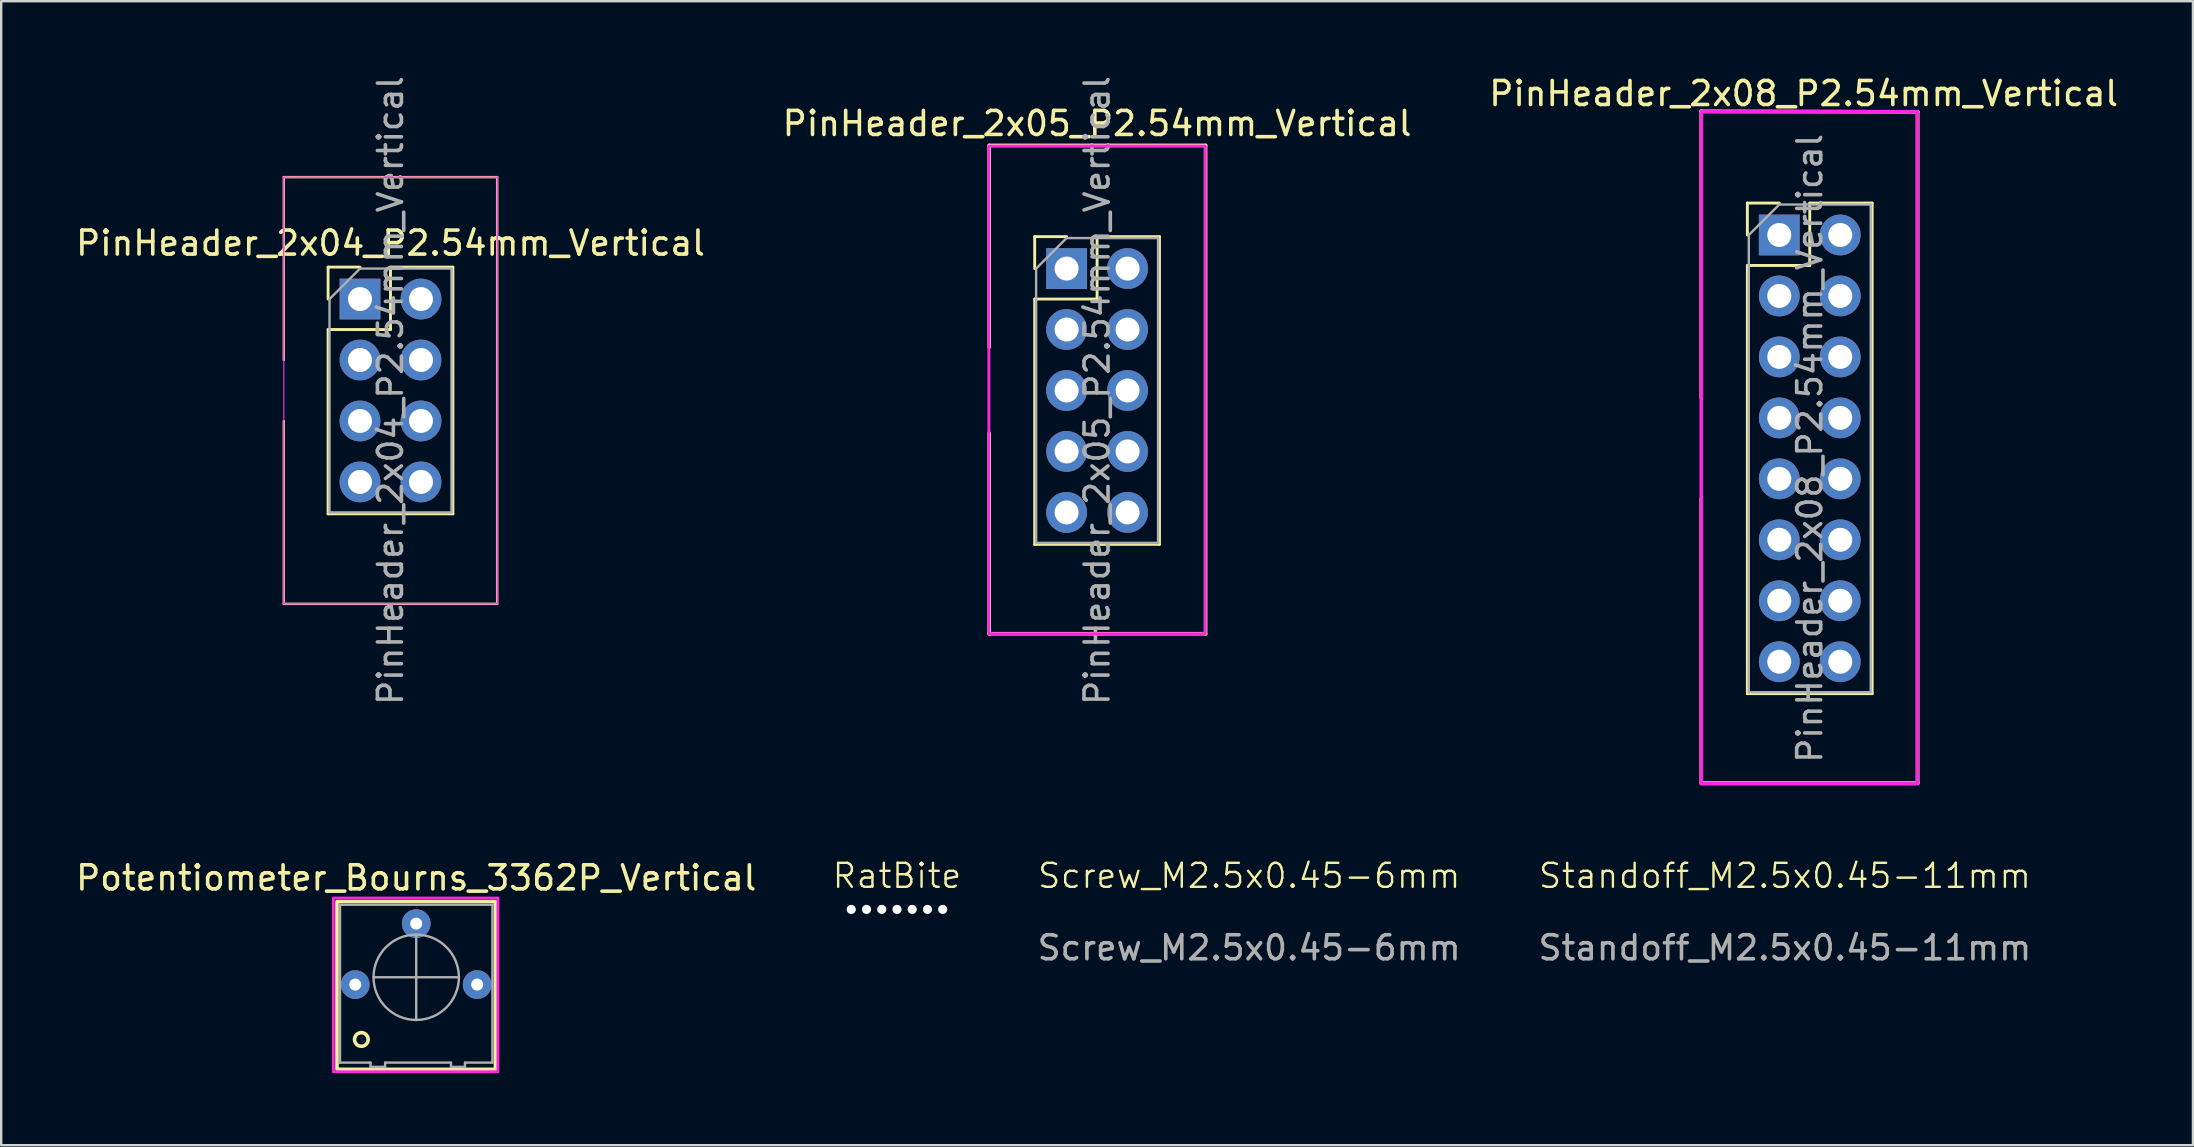
<source format=kicad_pcb>
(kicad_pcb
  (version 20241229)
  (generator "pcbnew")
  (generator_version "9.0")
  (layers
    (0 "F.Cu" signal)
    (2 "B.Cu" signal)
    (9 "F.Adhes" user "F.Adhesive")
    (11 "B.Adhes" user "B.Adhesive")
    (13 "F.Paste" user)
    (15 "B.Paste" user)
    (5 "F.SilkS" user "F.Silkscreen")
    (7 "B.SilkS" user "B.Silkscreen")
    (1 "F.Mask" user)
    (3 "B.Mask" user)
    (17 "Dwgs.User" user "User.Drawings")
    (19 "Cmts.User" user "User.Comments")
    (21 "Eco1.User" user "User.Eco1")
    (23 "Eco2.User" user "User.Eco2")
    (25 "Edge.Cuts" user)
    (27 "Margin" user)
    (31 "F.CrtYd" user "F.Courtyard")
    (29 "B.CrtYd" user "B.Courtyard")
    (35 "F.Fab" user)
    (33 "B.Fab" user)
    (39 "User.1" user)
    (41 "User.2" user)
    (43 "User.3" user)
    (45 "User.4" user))
  (footprint "PinHeader_2x08_P2.54mm_Vertical"
    (layer "F.Cu")
    (at 71.085 6.741)
    (property "Reference" "PinHeader_2x08_P2.54mm_Vertical" (at 1.016 -5.893 0) (layer "F.SilkS") (effects (font (size 1 1) (thickness 0.15))))
    (attr through_hole)
    (fp_line (start -3.251 -5.156) (end 5.766 -5.131) (stroke (width 0.15) (type solid)) (layer "F.SilkS"))
    (fp_line (start -3.251 6.782) (end -3.251 -5.156) (stroke (width 0.15) (type solid)) (layer "F.SilkS"))
    (fp_line (start -3.251 22.835) (end -3.251 10.973) (stroke (width 0.15) (type solid)) (layer "F.SilkS"))
    (fp_line (start -1.33 -1.33) (end 0 -1.33) (stroke (width 0.12) (type solid)) (layer "F.SilkS"))
    (fp_line (start -1.33 0) (end -1.33 -1.33) (stroke (width 0.12) (type solid)) (layer "F.SilkS"))
    (fp_line (start -1.33 1.27) (end -1.33 19.11) (stroke (width 0.12) (type solid)) (layer "F.SilkS"))
    (fp_line (start -1.33 1.27) (end 1.27 1.27) (stroke (width 0.12) (type solid)) (layer "F.SilkS"))
    (fp_line (start -1.33 19.11) (end 3.87 19.11) (stroke (width 0.12) (type solid)) (layer "F.SilkS"))
    (fp_line (start 1.27 -1.33) (end 3.87 -1.33) (stroke (width 0.12) (type solid)) (layer "F.SilkS"))
    (fp_line (start 1.27 1.27) (end 1.27 -1.33) (stroke (width 0.12) (type solid)) (layer "F.SilkS"))
    (fp_line (start 3.87 -1.33) (end 3.87 19.11) (stroke (width 0.12) (type solid)) (layer "F.SilkS"))
    (fp_line (start 5.766 -5.131) (end 5.766 22.835) (stroke (width 0.15) (type solid)) (layer "F.SilkS"))
    (fp_line (start 5.766 22.835) (end -3.251 22.835) (stroke (width 0.15) (type solid)) (layer "F.SilkS"))
    (fp_rect (start -3.251 -5.135) (end 5.749 22.865) (stroke (width 0.15) (type solid)) (fill no) (layer "F.CrtYd"))
    (fp_line (start -1.27 0) (end 0 -1.27) (stroke (width 0.1) (type solid)) (layer "F.Fab"))
    (fp_line (start -1.27 19.05) (end -1.27 0) (stroke (width 0.1) (type solid)) (layer "F.Fab"))
    (fp_line (start 0 -1.27) (end 3.81 -1.27) (stroke (width 0.1) (type solid)) (layer "F.Fab"))
    (fp_line (start 3.81 -1.27) (end 3.81 19.05) (stroke (width 0.1) (type solid)) (layer "F.Fab"))
    (fp_line (start 3.81 19.05) (end -1.27 19.05) (stroke (width 0.1) (type solid)) (layer "F.Fab"))
    (fp_text user "${REFERENCE}" (at 1.27 8.89 90) (layer "F.Fab") (effects (font (size 1 1) (thickness 0.15))))
    (pad "1" thru_hole rect (at 0 0) (size 1.7 1.7) (drill 1) (layers "*.Cu" "*.Mask"))
    (pad "2" thru_hole oval (at 2.54 0) (size 1.7 1.7) (drill 1) (layers "*.Cu" "*.Mask"))
    (pad "3" thru_hole oval (at 0 2.54) (size 1.7 1.7) (drill 1) (layers "*.Cu" "*.Mask"))
    (pad "4" thru_hole oval (at 2.54 2.54) (size 1.7 1.7) (drill 1) (layers "*.Cu" "*.Mask"))
    (pad "5" thru_hole oval (at 0 5.08) (size 1.7 1.7) (drill 1) (layers "*.Cu" "*.Mask"))
    (pad "6" thru_hole oval (at 2.54 5.08) (size 1.7 1.7) (drill 1) (layers "*.Cu" "*.Mask"))
    (pad "7" thru_hole oval (at 0 7.62) (size 1.7 1.7) (drill 1) (layers "*.Cu" "*.Mask"))
    (pad "8" thru_hole oval (at 2.54 7.62) (size 1.7 1.7) (drill 1) (layers "*.Cu" "*.Mask"))
    (pad "9" thru_hole oval (at 0 10.16) (size 1.7 1.7) (drill 1) (layers "*.Cu" "*.Mask"))
    (pad "10" thru_hole oval (at 2.54 10.16) (size 1.7 1.7) (drill 1) (layers "*.Cu" "*.Mask"))
    (pad "11" thru_hole oval (at 0 12.7) (size 1.7 1.7) (drill 1) (layers "*.Cu" "*.Mask"))
    (pad "12" thru_hole oval (at 2.54 12.7) (size 1.7 1.7) (drill 1) (layers "*.Cu" "*.Mask"))
    (pad "13" thru_hole oval (at 0 15.24) (size 1.7 1.7) (drill 1) (layers "*.Cu" "*.Mask"))
    (pad "14" thru_hole oval (at 2.54 15.24) (size 1.7 1.7) (drill 1) (layers "*.Cu" "*.Mask"))
    (pad "15" thru_hole oval (at 0 17.78) (size 1.7 1.7) (drill 1) (layers "*.Cu" "*.Mask"))
    (pad "16" thru_hole oval (at 2.54 17.78) (size 1.7 1.7) (drill 1) (layers "*.Cu" "*.Mask")))
  (footprint "PinHeader_2x05_P2.54mm_Vertical"
    (layer "F.Cu")
    (at 41.391 8.14)
    (property "Reference" "PinHeader_2x05_P2.54mm_Vertical" (at 1.27 -6.045 0) (layer "F.SilkS") (effects (font (size 1 1) (thickness 0.15))))
    (attr through_hole)
    (fp_line (start -3.226 -5.131) (end 5.791 -5.131) (stroke (width 0.15) (type solid)) (layer "F.SilkS"))
    (fp_line (start -3.226 3.277) (end -3.226 -5.131) (stroke (width 0.15) (type solid)) (layer "F.SilkS"))
    (fp_line (start -3.226 15.215) (end -3.226 6.858) (stroke (width 0.15) (type solid)) (layer "F.SilkS"))
    (fp_line (start -1.33 -1.33) (end 0 -1.33) (stroke (width 0.12) (type solid)) (layer "F.SilkS"))
    (fp_line (start -1.33 0) (end -1.33 -1.33) (stroke (width 0.12) (type solid)) (layer "F.SilkS"))
    (fp_line (start -1.33 1.27) (end -1.33 11.49) (stroke (width 0.12) (type solid)) (layer "F.SilkS"))
    (fp_line (start -1.33 1.27) (end 1.27 1.27) (stroke (width 0.12) (type solid)) (layer "F.SilkS"))
    (fp_line (start -1.33 11.49) (end 3.87 11.49) (stroke (width 0.12) (type solid)) (layer "F.SilkS"))
    (fp_line (start 1.27 -1.33) (end 3.87 -1.33) (stroke (width 0.12) (type solid)) (layer "F.SilkS"))
    (fp_line (start 1.27 1.27) (end 1.27 -1.33) (stroke (width 0.12) (type solid)) (layer "F.SilkS"))
    (fp_line (start 3.87 -1.33) (end 3.87 11.49) (stroke (width 0.12) (type solid)) (layer "F.SilkS"))
    (fp_line (start 5.791 -5.131) (end 5.791 15.215) (stroke (width 0.15) (type solid)) (layer "F.SilkS"))
    (fp_line (start 5.791 15.215) (end -3.226 15.215) (stroke (width 0.15) (type solid)) (layer "F.SilkS"))
    (fp_rect (start -3.239 -5.105) (end 5.779 15.215) (stroke (width 0.12) (type solid)) (fill no) (layer "F.CrtYd"))
    (fp_line (start -1.27 0) (end 0 -1.27) (stroke (width 0.1) (type solid)) (layer "F.Fab"))
    (fp_line (start -1.27 11.43) (end -1.27 0) (stroke (width 0.1) (type solid)) (layer "F.Fab"))
    (fp_line (start 0 -1.27) (end 3.81 -1.27) (stroke (width 0.1) (type solid)) (layer "F.Fab"))
    (fp_line (start 3.81 -1.27) (end 3.81 11.43) (stroke (width 0.1) (type solid)) (layer "F.Fab"))
    (fp_line (start 3.81 11.43) (end -1.27 11.43) (stroke (width 0.1) (type solid)) (layer "F.Fab"))
    (fp_text user "${REFERENCE}" (at 1.27 5.08 90) (layer "F.Fab") (effects (font (size 1 1) (thickness 0.15))))
    (pad "1" thru_hole rect (at 0 0) (size 1.7 1.7) (drill 1) (layers "*.Cu" "*.Mask"))
    (pad "2" thru_hole oval (at 2.54 0) (size 1.7 1.7) (drill 1) (layers "*.Cu" "*.Mask"))
    (pad "3" thru_hole oval (at 0 2.54) (size 1.7 1.7) (drill 1) (layers "*.Cu" "*.Mask"))
    (pad "4" thru_hole oval (at 2.54 2.54) (size 1.7 1.7) (drill 1) (layers "*.Cu" "*.Mask"))
    (pad "5" thru_hole oval (at 0 5.08) (size 1.7 1.7) (drill 1) (layers "*.Cu" "*.Mask"))
    (pad "6" thru_hole oval (at 2.54 5.08) (size 1.7 1.7) (drill 1) (layers "*.Cu" "*.Mask"))
    (pad "7" thru_hole oval (at 0 7.62) (size 1.7 1.7) (drill 1) (layers "*.Cu" "*.Mask"))
    (pad "8" thru_hole oval (at 2.54 7.62) (size 1.7 1.7) (drill 1) (layers "*.Cu" "*.Mask"))
    (pad "9" thru_hole oval (at 0 10.16) (size 1.7 1.7) (drill 1) (layers "*.Cu" "*.Mask"))
    (pad "10" thru_hole oval (at 2.54 10.16) (size 1.7 1.7) (drill 1) (layers "*.Cu" "*.Mask")))
  (footprint "PinHeader_2x04_P2.54mm_Vertical"
    (layer "F.Cu")
    (at 11.95 9.41)
    (property "Reference" "PinHeader_2x04_P2.54mm_Vertical" (at 1.27 -2.33 0) (layer "F.SilkS") (effects (font (size 1 1) (thickness 0.15))))
    (attr through_hole)
    (fp_line (start -3.175 -5.08) (end -3.175 2.54) (stroke (width 0.1) (type default)) (layer "F.SilkS"))
    (fp_line (start -3.175 12.7) (end -3.175 5.08) (stroke (width 0.1) (type default)) (layer "F.SilkS"))
    (fp_line (start -1.33 -1.33) (end 0 -1.33) (stroke (width 0.12) (type solid)) (layer "F.SilkS"))
    (fp_line (start -1.33 0) (end -1.33 -1.33) (stroke (width 0.12) (type solid)) (layer "F.SilkS"))
    (fp_line (start -1.33 1.27) (end -1.33 8.95) (stroke (width 0.12) (type solid)) (layer "F.SilkS"))
    (fp_line (start -1.33 1.27) (end 1.27 1.27) (stroke (width 0.12) (type solid)) (layer "F.SilkS"))
    (fp_line (start -1.33 8.95) (end 3.87 8.95) (stroke (width 0.12) (type solid)) (layer "F.SilkS"))
    (fp_line (start 1.27 -1.33) (end 3.87 -1.33) (stroke (width 0.12) (type solid)) (layer "F.SilkS"))
    (fp_line (start 1.27 1.27) (end 1.27 -1.33) (stroke (width 0.12) (type solid)) (layer "F.SilkS"))
    (fp_line (start 3.87 -1.33) (end 3.87 8.95) (stroke (width 0.12) (type solid)) (layer "F.SilkS"))
    (fp_line (start 5.715 -5.08) (end -3.175 -5.08) (stroke (width 0.1) (type default)) (layer "F.SilkS"))
    (fp_line (start 5.715 -5.08) (end 5.715 12.7) (stroke (width 0.1) (type default)) (layer "F.SilkS"))
    (fp_line (start 5.715 12.7) (end -3.175 12.7) (stroke (width 0.1) (type default)) (layer "F.SilkS"))
    (fp_line (start -3.175 -5.08) (end -3.175 12.7) (stroke (width 0.05) (type solid)) (layer "F.CrtYd"))
    (fp_line (start -3.175 12.7) (end 5.715 12.7) (stroke (width 0.05) (type solid)) (layer "F.CrtYd"))
    (fp_line (start 5.715 -5.08) (end -3.175 -5.08) (stroke (width 0.05) (type solid)) (layer "F.CrtYd"))
    (fp_line (start 5.715 12.7) (end 5.715 -5.08) (stroke (width 0.05) (type solid)) (layer "F.CrtYd"))
    (fp_line (start -1.27 0) (end 0 -1.27) (stroke (width 0.1) (type solid)) (layer "F.Fab"))
    (fp_line (start -1.27 8.89) (end -1.27 0) (stroke (width 0.1) (type solid)) (layer "F.Fab"))
    (fp_line (start 0 -1.27) (end 3.81 -1.27) (stroke (width 0.1) (type solid)) (layer "F.Fab"))
    (fp_line (start 3.81 -1.27) (end 3.81 8.89) (stroke (width 0.1) (type solid)) (layer "F.Fab"))
    (fp_line (start 3.81 8.89) (end -1.27 8.89) (stroke (width 0.1) (type solid)) (layer "F.Fab"))
    (fp_text user "${REFERENCE}" (at 1.27 3.81 90) (layer "F.Fab") (effects (font (size 1 1) (thickness 0.15))))
    (pad "1" thru_hole rect (at 0 0) (size 1.7 1.7) (drill 1) (layers "*.Cu" "*.Mask"))
    (pad "2" thru_hole oval (at 2.54 0) (size 1.7 1.7) (drill 1) (layers "*.Cu" "*.Mask"))
    (pad "3" thru_hole oval (at 0 2.54) (size 1.7 1.7) (drill 1) (layers "*.Cu" "*.Mask"))
    (pad "4" thru_hole oval (at 2.54 2.54) (size 1.7 1.7) (drill 1) (layers "*.Cu" "*.Mask"))
    (pad "5" thru_hole oval (at 0 5.08) (size 1.7 1.7) (drill 1) (layers "*.Cu" "*.Mask"))
    (pad "6" thru_hole oval (at 2.54 5.08) (size 1.7 1.7) (drill 1) (layers "*.Cu" "*.Mask"))
    (pad "7" thru_hole oval (at 0 7.62) (size 1.7 1.7) (drill 1) (layers "*.Cu" "*.Mask"))
    (pad "8" thru_hole oval (at 2.54 7.62) (size 1.7 1.7) (drill 1) (layers "*.Cu" "*.Mask")))
  (footprint "Standoff_M2.5x0.45-11mm"
    (layer "F.Cu")
    (at 71.32 33.941)
    (property "Reference" "Standoff_M2.5x0.45-11mm" (at 0 -0.5 0) (unlocked yes) (layer "F.SilkS") (effects (font (size 1 1) (thickness 0.1))))
    (fp_text user "${REFERENCE}" (at 0 2.5 0) (unlocked yes) (layer "F.Fab") (effects (font (size 1 1) (thickness 0.15)))))
  (footprint "RatBite"
    (layer "F.Cu")
    (at 34.324 34.841)
    (property "Reference" "RatBite" (at 0 -1.4 0) (unlocked yes) (layer "F.SilkS") (effects (font (size 1 1) (thickness 0.1))))
    (attr through_hole)
    (pad "" np_thru_hole circle (at -1.905 0) (size 0.38 0.38) (drill 0.38) (layers "*.Cu" "*.Mask"))
    (pad "" np_thru_hole circle (at -1.27 0) (size 0.38 0.38) (drill 0.38) (layers "*.Cu" "*.Mask"))
    (pad "" np_thru_hole circle (at -0.635 0) (size 0.38 0.38) (drill 0.38) (layers "*.Cu" "*.Mask"))
    (pad "" np_thru_hole circle (at 0 0) (size 0.38 0.38) (drill 0.38) (layers "*.Cu" "*.Mask"))
    (pad "" np_thru_hole circle (at 0.635 0) (size 0.38 0.38) (drill 0.38) (layers "*.Cu" "*.Mask"))
    (pad "" np_thru_hole circle (at 1.27 0) (size 0.38 0.38) (drill 0.38) (layers "*.Cu" "*.Mask"))
    (pad "" np_thru_hole circle (at 1.905 0) (size 0.38 0.38) (drill 0.38) (layers "*.Cu" "*.Mask")))
  (footprint "Potentiometer_Bourns_3362P_Vertical"
    (layer "F.Cu")
    (at 14.292 37.974)
    (property "Reference" "Potentiometer_Bourns_3362P_Vertical" (at 0 -4.445 0) (unlocked yes) (layer "F.SilkS") (effects (font (size 1 1) (thickness 0.15))))
    (attr through_hole)
    (fp_rect (start -3.3 -3.46) (end 3.3 3.53) (stroke (width 0.15) (type solid)) (fill no) (layer "F.SilkS"))
    (fp_circle (center -2.286 2.286) (end -2.032 2.413) (stroke (width 0.15) (type solid)) (fill no) (layer "F.SilkS"))
    (fp_rect (start -3.454 -3.607) (end 3.404 3.632) (stroke (width 0.12) (type solid)) (fill no) (layer "F.CrtYd"))
    (fp_line (start -3.175 -3.327) (end 3.175 -3.327) (stroke (width 0.1) (type solid)) (layer "F.Fab"))
    (fp_line (start -3.175 3.251) (end -3.175 -3.327) (stroke (width 0.1) (type solid)) (layer "F.Fab"))
    (fp_line (start -1.905 3.251) (end -3.175 3.251) (stroke (width 0.1) (type solid)) (layer "F.Fab"))
    (fp_line (start -1.905 3.429) (end -1.905 3.251) (stroke (width 0.1) (type solid)) (layer "F.Fab"))
    (fp_line (start -1.295 3.251) (end -1.295 3.429) (stroke (width 0.1) (type solid)) (layer "F.Fab"))
    (fp_line (start -1.295 3.429) (end -1.905 3.429) (stroke (width 0.1) (type solid)) (layer "F.Fab"))
    (fp_line (start 0 -2.083) (end 0 1.473) (stroke (width 0.1) (type solid)) (layer "F.Fab"))
    (fp_line (start 1.448 3.251) (end -1.295 3.251) (stroke (width 0.1) (type solid)) (layer "F.Fab"))
    (fp_line (start 1.448 3.429) (end 1.448 3.251) (stroke (width 0.1) (type solid)) (layer "F.Fab"))
    (fp_line (start 1.778 -0.305) (end -1.778 -0.305) (stroke (width 0.1) (type solid)) (layer "F.Fab"))
    (fp_line (start 2.032 3.251) (end 2.032 3.429) (stroke (width 0.1) (type solid)) (layer "F.Fab"))
    (fp_line (start 2.032 3.429) (end 1.448 3.429) (stroke (width 0.1) (type solid)) (layer "F.Fab"))
    (fp_line (start 3.175 -3.327) (end 3.175 3.251) (stroke (width 0.1) (type solid)) (layer "F.Fab"))
    (fp_line (start 3.175 3.251) (end 2.032 3.251) (stroke (width 0.1) (type solid)) (layer "F.Fab"))
    (fp_circle (center 0 -0.305) (end 1.778 -0.305) (stroke (width 0.1) (type solid)) (fill no) (layer "F.Fab"))
    (pad "1" thru_hole circle (at -2.54 0) (size 1.2 1.2) (drill 0.5) (layers "*.Cu" "*.Mask"))
    (pad "2" thru_hole circle (at 0 -2.54) (size 1.2 1.2) (drill 0.5) (layers "*.Cu" "*.Mask"))
    (pad "3" thru_hole circle (at 2.54 0) (size 1.2 1.2) (drill 0.5) (layers "*.Cu" "*.Mask")))
  (footprint "Screw_M2.5x0.45-6mm"
    (layer "F.Cu")
    (at 48.999 33.941)
    (property "Reference" "Screw_M2.5x0.45-6mm" (at 0 -0.5 0) (unlocked yes) (layer "F.SilkS") (effects (font (size 1 1) (thickness 0.1))))
    (fp_text user "${REFERENCE}" (at 0 2.5 0) (unlocked yes) (layer "F.Fab") (effects (font (size 1 1) (thickness 0.15)))))
  (gr_rect
    (start -3 -3)
    (end 88.321 44.666)
    (stroke (width 0.1) (type default))
    (fill no)
    (layer "Edge.Cuts")))
</source>
